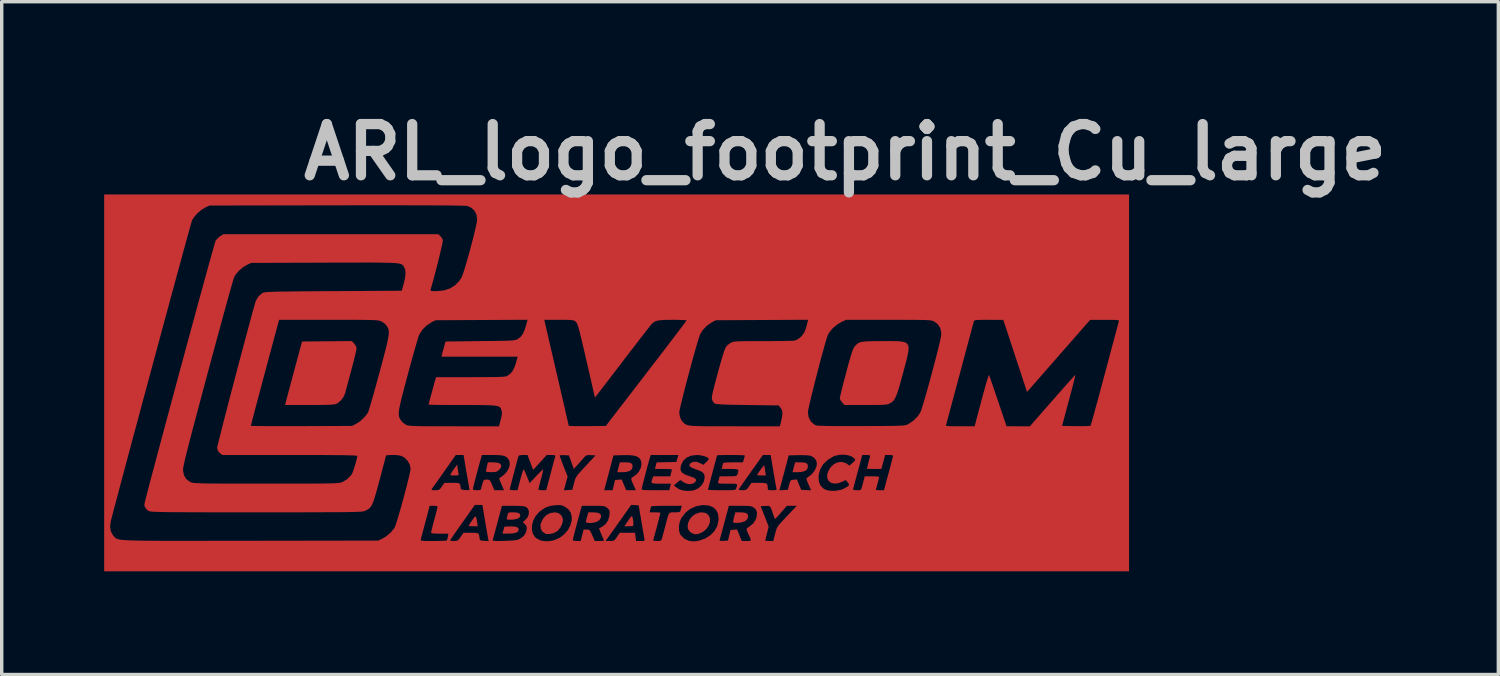
<source format=kicad_pcb>
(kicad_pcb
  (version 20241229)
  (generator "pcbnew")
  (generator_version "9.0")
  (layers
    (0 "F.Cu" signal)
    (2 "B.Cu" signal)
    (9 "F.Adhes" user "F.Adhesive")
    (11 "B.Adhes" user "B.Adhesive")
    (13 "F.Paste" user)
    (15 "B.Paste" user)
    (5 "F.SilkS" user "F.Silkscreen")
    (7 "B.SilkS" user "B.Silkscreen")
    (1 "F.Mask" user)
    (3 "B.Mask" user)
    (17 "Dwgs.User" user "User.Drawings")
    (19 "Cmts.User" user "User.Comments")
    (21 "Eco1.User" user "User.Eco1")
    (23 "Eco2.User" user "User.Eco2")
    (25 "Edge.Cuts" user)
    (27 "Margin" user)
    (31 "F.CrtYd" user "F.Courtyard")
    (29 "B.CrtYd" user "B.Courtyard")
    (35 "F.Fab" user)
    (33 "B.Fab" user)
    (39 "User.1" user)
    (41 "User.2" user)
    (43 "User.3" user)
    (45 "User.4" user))
  (footprint "ARL_logo_footprint_Cu_large"
    (layer "F.Cu")
    (at 14.991 8.16)
    (property "Reference" "ARL_logo_footprint_Cu_large" (at 6.706 -6.756 0) (layer "Dwgs.User") (effects (font (size 1.5 1.5) (thickness 0.3))))
    (attr board_only exclude_from_pos_files exclude_from_bom)
    (fp_poly (pts (xy -2.986 4.204) (xy -2.903 4.224) (xy -2.861 4.262) (xy -2.854 4.293) (xy -2.874 4.349) (xy -2.933 4.387) (xy -3.034 4.408) (xy -3.146 4.413) (xy -3.331 4.413) (xy -3.301 4.311) (xy -3.272 4.209) (xy -3.112 4.202)) (stroke (width 0) (type solid)) (fill yes) (layer "F.Cu"))
    (fp_poly (pts (xy 0.369 2.331) (xy 0.435 2.349) (xy 0.469 2.385) (xy 0.48 2.442) (xy 0.48 2.45) (xy 0.459 2.526) (xy 0.396 2.579) (xy 0.293 2.608) (xy 0.193 2.614) (xy 0.032 2.614) (xy 0.069 2.47) (xy 0.107 2.327) (xy 0.265 2.327)) (stroke (width 0) (type solid)) (fill yes) (layer "F.Cu"))
    (fp_poly (pts (xy 5.502 2.331) (xy 5.567 2.349) (xy 5.602 2.384) (xy 5.612 2.442) (xy 5.612 2.45) (xy 5.592 2.526) (xy 5.529 2.579) (xy 5.425 2.608) (xy 5.324 2.614) (xy 5.162 2.614) (xy 5.2 2.47) (xy 5.239 2.327) (xy 5.397 2.327)) (stroke (width 0) (type solid)) (fill yes) (layer "F.Cu"))
    (fp_poly (pts (xy -4.11 3.913) (xy -4.094 3.954) (xy -4.078 4.038) (xy -4.069 4.095) (xy -4.053 4.197) (xy -4.185 4.197) (xy -4.257 4.195) (xy -4.305 4.19) (xy -4.317 4.184) (xy -4.305 4.159) (xy -4.272 4.106) (xy -4.225 4.034) (xy -4.217 4.023) (xy -4.166 3.95) (xy -4.133 3.912)) (stroke (width 0) (type solid)) (fill yes) (layer "F.Cu"))
    (fp_poly (pts (xy 0.469 3.912) (xy 0.484 3.96) (xy 0.497 4.03) (xy 0.503 4.111) (xy 0.503 4.131) (xy 0.501 4.169) (xy 0.485 4.189) (xy 0.444 4.196) (xy 0.371 4.197) (xy 0.238 4.197) (xy 0.335 4.055) (xy 0.385 3.983) (xy 0.427 3.927) (xy 0.452 3.9) (xy 0.453 3.9)) (stroke (width 0) (type solid)) (fill yes) (layer "F.Cu"))
    (fp_poly (pts (xy 4.341 2.448) (xy 4.352 2.512) (xy 4.361 2.572) (xy 4.382 2.71) (xy 4.254 2.71) (xy 4.183 2.708) (xy 4.136 2.702) (xy 4.125 2.697) (xy 4.138 2.67) (xy 4.17 2.621) (xy 4.213 2.56) (xy 4.259 2.498) (xy 4.3 2.447) (xy 4.327 2.418) (xy 4.334 2.415)) (stroke (width 0) (type solid)) (fill yes) (layer "F.Cu"))
    (fp_poly (pts (xy -4.641 2.509) (xy -4.629 2.587) (xy -4.618 2.65) (xy -4.613 2.668) (xy -4.613 2.692) (xy -4.635 2.705) (xy -4.69 2.71) (xy -4.736 2.71) (xy -4.812 2.709) (xy -4.848 2.702) (xy -4.855 2.686) (xy -4.848 2.668) (xy -4.821 2.626) (xy -4.778 2.562) (xy -4.741 2.509) (xy -4.657 2.392)) (stroke (width 0) (type solid)) (fill yes) (layer "F.Cu"))
    (fp_poly (pts (xy 3.741 3.796) (xy 3.814 3.817) (xy 3.852 3.855) (xy 3.862 3.906) (xy 3.84 3.988) (xy 3.777 4.047) (xy 3.672 4.084) (xy 3.593 4.095) (xy 3.512 4.098) (xy 3.452 4.097) (xy 3.427 4.091) (xy 3.424 4.061) (xy 3.434 4) (xy 3.45 3.932) (xy 3.488 3.79) (xy 3.628 3.79)) (stroke (width 0) (type solid)) (fill yes) (layer "F.Cu"))
    (fp_poly (pts (xy -0.553 3.8) (xy -0.476 3.831) (xy -0.442 3.883) (xy -0.448 3.947) (xy -0.492 4.015) (xy -0.553 4.059) (xy -0.619 4.083) (xy -0.698 4.097) (xy -0.777 4.102) (xy -0.843 4.097) (xy -0.882 4.081) (xy -0.887 4.07) (xy -0.881 4.03) (xy -0.864 3.963) (xy -0.851 3.914) (xy -0.814 3.79) (xy -0.673 3.79)) (stroke (width 0) (type solid)) (fill yes) (layer "F.Cu"))
    (fp_poly (pts (xy -3.477 2.337) (xy -3.399 2.366) (xy -3.364 2.411) (xy -3.373 2.471) (xy -3.427 2.543) (xy -3.445 2.56) (xy -3.489 2.592) (xy -3.543 2.608) (xy -3.624 2.614) (xy -3.659 2.614) (xy -3.738 2.611) (xy -3.794 2.603) (xy -3.814 2.592) (xy -3.809 2.558) (xy -3.796 2.494) (xy -3.785 2.448) (xy -3.757 2.327) (xy -3.595 2.327)) (stroke (width 0) (type solid)) (fill yes) (layer "F.Cu"))
    (fp_poly (pts (xy -2.903 3.797) (xy -2.837 3.821) (xy -2.809 3.863) (xy -2.81 3.902) (xy -2.844 3.952) (xy -2.918 3.986) (xy -3.028 4.004) (xy -3.078 4.005) (xy -3.156 4.004) (xy -3.196 3.996) (xy -3.208 3.98) (xy -3.205 3.964) (xy -3.19 3.908) (xy -3.177 3.856) (xy -3.165 3.82) (xy -3.144 3.8) (xy -3.102 3.791) (xy -3.025 3.79) (xy -3.01 3.79)) (stroke (width 0) (type solid)) (fill yes) (layer "F.Cu"))
    (fp_poly (pts (xy -1.697 3.81) (xy -1.617 3.867) (xy -1.569 3.951) (xy -1.559 4.02) (xy -1.579 4.121) (xy -1.63 4.227) (xy -1.703 4.318) (xy -1.758 4.362) (xy -1.846 4.402) (xy -1.945 4.424) (xy -2.034 4.426) (xy -2.075 4.416) (xy -2.16 4.355) (xy -2.209 4.269) (xy -2.218 4.165) (xy -2.205 4.107) (xy -2.14 3.973) (xy -2.046 3.872) (xy -1.928 3.81) (xy -1.798 3.79)) (stroke (width 0) (type solid)) (fill yes) (layer "F.Cu"))
    (fp_poly (pts (xy 2.613 3.807) (xy 2.687 3.855) (xy 2.732 3.926) (xy 2.749 4.012) (xy 2.736 4.106) (xy 2.696 4.202) (xy 2.628 4.291) (xy 2.532 4.366) (xy 2.482 4.392) (xy 2.389 4.427) (xy 2.313 4.432) (xy 2.235 4.408) (xy 2.215 4.399) (xy 2.138 4.339) (xy 2.098 4.261) (xy 2.091 4.171) (xy 2.113 4.076) (xy 2.161 3.984) (xy 2.232 3.902) (xy 2.322 3.838) (xy 2.427 3.799) (xy 2.509 3.79)) (stroke (width 0) (type solid)) (fill yes) (layer "F.Cu"))
    (fp_poly (pts (xy -7.674 -1.153) (xy -7.615 -1.071) (xy -7.603 -1.01) (xy -7.609 -0.967) (xy -7.626 -0.885) (xy -7.653 -0.772) (xy -7.687 -0.634) (xy -7.727 -0.48) (xy -7.757 -0.367) (xy -7.801 -0.203) (xy -7.843 -0.048) (xy -7.879 0.088) (xy -7.909 0.199) (xy -7.93 0.277) (xy -7.938 0.306) (xy -7.984 0.413) (xy -8.06 0.513) (xy -8.149 0.59) (xy -8.196 0.615) (xy -8.232 0.625) (xy -8.289 0.633) (xy -8.373 0.639) (xy -8.488 0.643) (xy -8.639 0.646) (xy -8.83 0.647) (xy -8.983 0.648) (xy -9.694 0.648) (xy -9.678 0.582) (xy -9.669 0.544) (xy -9.648 0.466) (xy -9.618 0.352) (xy -9.58 0.209) (xy -9.535 0.042) (xy -9.486 -0.143) (xy -9.432 -0.341) (xy -9.431 -0.348) (xy -9.198 -1.211) (xy -8.471 -1.218) (xy -7.744 -1.224)) (stroke (width 0) (type solid)) (fill yes) (layer "F.Cu"))
    (fp_poly (pts (xy 8.193 -1.222) (xy 8.329 -1.215) (xy 8.431 -1.196) (xy 8.502 -1.163) (xy 8.544 -1.111) (xy 8.561 -1.035) (xy 8.555 -0.931) (xy 8.529 -0.795) (xy 8.487 -0.623) (xy 8.43 -0.409) (xy 8.405 -0.314) (xy 8.345 -0.094) (xy 8.295 0.086) (xy 8.252 0.228) (xy 8.214 0.339) (xy 8.178 0.424) (xy 8.143 0.486) (xy 8.107 0.532) (xy 8.066 0.567) (xy 8.02 0.595) (xy 8.012 0.599) (xy 7.98 0.614) (xy 7.944 0.626) (xy 7.9 0.634) (xy 7.839 0.64) (xy 7.756 0.644) (xy 7.645 0.646) (xy 7.499 0.647) (xy 7.311 0.648) (xy 7.303 0.648) (xy 6.688 0.648) (xy 6.618 0.577) (xy 6.573 0.519) (xy 6.549 0.463) (xy 6.547 0.452) (xy 6.553 0.415) (xy 6.57 0.338) (xy 6.597 0.228) (xy 6.631 0.09) (xy 6.672 -0.069) (xy 6.718 -0.243) (xy 6.733 -0.299) (xy 6.787 -0.502) (xy 6.832 -0.665) (xy 6.869 -0.791) (xy 6.899 -0.888) (xy 6.925 -0.959) (xy 6.947 -1.011) (xy 6.969 -1.049) (xy 6.99 -1.076) (xy 7.03 -1.119) (xy 7.07 -1.153) (xy 7.116 -1.178) (xy 7.174 -1.197) (xy 7.251 -1.209) (xy 7.352 -1.217) (xy 7.484 -1.221) (xy 7.653 -1.223) (xy 7.808 -1.223) (xy 8.02 -1.224)) (stroke (width 0) (type solid)) (fill yes) (layer "F.Cu"))
    (pad "1" smd custom (at 0 -3.454) (size 1.524 1.524) (layers "F.Cu" "F.Mask" "F.Paste") (options (anchor circle)) (primitives (gr_poly (pts (xy 15.015 3.454) (xy 15.015 8.971) (xy 0.012 8.971) (xy -14.991 8.971) (xy -14.991 7.664) (xy -14.818 7.664) (xy -14.796 7.799) (xy -14.735 7.912) (xy -14.719 7.931) (xy -14.702 7.951) (xy -14.687 7.968) (xy -14.672 7.985) (xy -14.655 7.999) (xy -14.633 8.012) (xy -14.605 8.024) (xy -14.568 8.034) (xy -14.52 8.043) (xy -14.458 8.051) (xy -14.38 8.057) (xy -14.285 8.063) (xy -14.169 8.067) (xy -14.032 8.071) (xy -13.869 8.074) (xy -13.68 8.076) (xy -13.461 8.078) (xy -13.211 8.079) (xy -12.928 8.079) (xy -12.609 8.079) (xy -12.251 8.079) (xy -11.854 8.078) (xy -11.413 8.078) (xy -10.929 8.077) (xy -10.709 8.077) (xy -6.968 8.071) (xy -6.937 8.057) (xy -5.725 8.057) (xy -5.713 8.068) (xy -5.683 8.076) (xy -5.627 8.08) (xy -5.539 8.083) (xy -5.412 8.083) (xy -5.352 8.083) (xy -5.221 8.082) (xy -5.108 8.079) (xy -5.021 8.075) (xy -4.968 8.069) (xy -4.956 8.065) (xy -4.956 8.063) (xy -4.865 8.063) (xy -4.848 8.075) (xy -4.797 8.082) (xy -4.755 8.083) (xy -4.688 8.081) (xy -4.644 8.068) (xy -4.607 8.036) (xy -4.561 7.973) (xy -4.555 7.964) (xy -4.473 7.844) (xy -4.252 7.844) (xy -4.145 7.844) (xy -4.076 7.849) (xy -4.037 7.866) (xy -4.016 7.901) (xy -4.006 7.959) (xy -4 8.012) (xy -3.992 8.047) (xy -3.968 8.066) (xy -3.917 8.075) (xy -3.864 8.079) (xy -3.735 8.086) (xy -3.741 8.056) (xy -3.617 8.056) (xy -3.614 8.069) (xy -3.591 8.077) (xy -3.54 8.082) (xy -3.457 8.083) (xy -3.335 8.081) (xy -3.272 8.079) (xy -3.127 8.074) (xy -3.021 8.068) (xy -2.944 8.059) (xy -2.886 8.047) (xy -2.839 8.029) (xy -2.816 8.018) (xy -2.71 7.94) (xy -2.644 7.839) (xy -2.621 7.746) (xy -2.621 7.744) (xy -2.469 7.744) (xy -2.442 7.864) (xy -2.38 7.964) (xy -2.329 8.009) (xy -2.202 8.071) (xy -2.051 8.094) (xy -1.882 8.076) (xy -1.81 8.057) (xy -1.271 8.057) (xy -1.249 8.073) (xy -1.19 8.082) (xy -1.156 8.083) (xy -1.041 8.083) (xy -0.997 7.916) (xy -0.954 7.748) (xy -0.864 7.748) (xy -0.818 7.75) (xy -0.786 7.762) (xy -0.759 7.793) (xy -0.728 7.853) (xy -0.701 7.916) (xy -0.626 8.083) (xy -0.493 8.083) (xy -0.31 8.083) (xy -0.185 8.083) (xy -0.114 8.082) (xy -0.069 8.07) (xy -0.032 8.038) (xy 0.012 7.978) (xy 0.022 7.964) (xy 0.103 7.844) (xy 0.327 7.844) (xy 0.55 7.844) (xy 0.566 7.964) (xy 0.582 8.083) (xy 0.71 8.083) (xy 0.784 8.082) (xy 0.821 8.075) (xy 0.831 8.055) (xy 0.826 8.018) (xy 0.818 7.974) (xy 0.804 7.891) (xy 0.784 7.779) (xy 0.761 7.645) (xy 0.736 7.499) (xy 0.736 7.496) (xy 0.692 7.244) (xy 0.98 7.244) (xy 1.137 7.244) (xy 1.217 7.246) (xy 1.274 7.251) (xy 1.295 7.258) (xy 1.289 7.284) (xy 1.274 7.347) (xy 1.25 7.437) (xy 1.222 7.546) (xy 1.191 7.663) (xy 1.16 7.781) (xy 1.131 7.888) (xy 1.107 7.976) (xy 1.09 8.036) (xy 1.088 8.042) (xy 1.088 8.067) (xy 1.111 8.079) (xy 1.169 8.083) (xy 1.196 8.083) (xy 1.268 8.081) (xy 1.307 8.069) (xy 1.328 8.039) (xy 1.34 8.006) (xy 1.355 7.952) (xy 1.379 7.864) (xy 1.409 7.754) (xy 1.431 7.667) (xy 1.836 7.667) (xy 1.84 7.782) (xy 1.867 7.876) (xy 1.884 7.906) (xy 1.99 8.012) (xy 2.117 8.075) (xy 2.264 8.097) (xy 2.426 8.075) (xy 2.482 8.055) (xy 3.028 8.055) (xy 3.032 8.073) (xy 3.069 8.08) (xy 3.144 8.079) (xy 3.272 8.071) (xy 3.31 7.916) (xy 3.348 7.76) (xy 3.443 7.753) (xy 3.538 7.746) (xy 3.607 7.915) (xy 3.675 8.083) (xy 3.816 8.083) (xy 3.884 8.084) (xy 3.925 8.078) (xy 3.94 8.059) (xy 3.932 8.019) (xy 3.902 7.949) (xy 3.864 7.868) (xy 3.835 7.8) (xy 3.818 7.75) (xy 3.815 7.736) (xy 3.834 7.71) (xy 3.881 7.672) (xy 3.912 7.652) (xy 4.022 7.559) (xy 4.092 7.439) (xy 4.114 7.358) (xy 4.121 7.247) (xy 4.092 7.163) (xy 4.025 7.101) (xy 4.023 7.099) (xy 3.985 7.08) (xy 3.94 7.067) (xy 3.922 7.064) (xy 4.229 7.064) (xy 4.347 7.364) (xy 4.464 7.663) (xy 4.415 7.86) (xy 4.392 7.952) (xy 4.375 8.024) (xy 4.366 8.065) (xy 4.365 8.071) (xy 4.387 8.078) (xy 4.442 8.083) (xy 4.482 8.083) (xy 4.598 8.083) (xy 4.653 7.874) (xy 4.669 7.811) (xy 4.684 7.761) (xy 4.7 7.716) (xy 4.722 7.673) (xy 4.755 7.626) (xy 4.801 7.569) (xy 4.866 7.497) (xy 4.952 7.405) (xy 5.064 7.287) (xy 5.167 7.178) (xy 5.287 7.052) (xy 5.142 7.052) (xy 4.998 7.052) (xy 4.831 7.244) (xy 4.762 7.323) (xy 4.704 7.386) (xy 4.665 7.426) (xy 4.652 7.436) (xy 4.638 7.415) (xy 4.616 7.36) (xy 4.588 7.282) (xy 4.586 7.274) (xy 4.551 7.171) (xy 4.524 7.106) (xy 4.494 7.07) (xy 4.455 7.056) (xy 4.398 7.055) (xy 4.361 7.057) (xy 4.229 7.064) (xy 3.922 7.064) (xy 3.878 7.058) (xy 3.791 7.054) (xy 3.668 7.052) (xy 3.622 7.052) (xy 3.298 7.052) (xy 3.169 7.538) (xy 3.129 7.685) (xy 3.094 7.817) (xy 3.064 7.927) (xy 3.042 8.007) (xy 3.029 8.05) (xy 3.028 8.055) (xy 2.482 8.055) (xy 2.602 8.011) (xy 2.608 8.009) (xy 2.762 7.911) (xy 2.881 7.787) (xy 2.96 7.64) (xy 2.996 7.475) (xy 2.998 7.422) (xy 2.979 7.281) (xy 2.923 7.171) (xy 2.831 7.091) (xy 2.706 7.044) (xy 2.55 7.031) (xy 2.523 7.032) (xy 2.338 7.066) (xy 2.17 7.142) (xy 2.026 7.255) (xy 1.913 7.403) (xy 1.892 7.441) (xy 1.853 7.548) (xy 1.836 7.667) (xy 1.431 7.667) (xy 1.439 7.64) (xy 1.476 7.496) (xy 1.504 7.392) (xy 1.528 7.321) (xy 1.553 7.277) (xy 1.582 7.254) (xy 1.621 7.245) (xy 1.673 7.244) (xy 1.713 7.244) (xy 1.8 7.242) (xy 1.85 7.233) (xy 1.874 7.215) (xy 1.879 7.202) (xy 1.896 7.144) (xy 1.907 7.106) (xy 1.922 7.052) (xy 1.478 7.052) (xy 1.337 7.053) (xy 1.214 7.056) (xy 1.115 7.06) (xy 1.049 7.065) (xy 1.024 7.07) (xy 1.012 7.104) (xy 0.997 7.162) (xy 0.996 7.166) (xy 0.98 7.244) (xy 0.692 7.244) (xy 0.658 7.04) (xy 0.548 7.033) (xy 0.439 7.026) (xy 0.065 7.555) (xy -0.31 8.083) (xy -0.493 8.083) (xy -0.42 8.081) (xy -0.372 8.075) (xy -0.36 8.07) (xy -0.369 8.042) (xy -0.393 7.983) (xy -0.426 7.904) (xy -0.434 7.887) (xy -0.468 7.807) (xy -0.491 7.745) (xy -0.5 7.714) (xy -0.5 7.713) (xy -0.475 7.698) (xy -0.425 7.672) (xy -0.415 7.667) (xy -0.308 7.587) (xy -0.235 7.475) (xy -0.198 7.338) (xy -0.197 7.318) (xy -0.193 7.238) (xy -0.2 7.189) (xy -0.224 7.152) (xy -0.263 7.116) (xy -0.295 7.091) (xy -0.326 7.073) (xy -0.366 7.062) (xy -0.423 7.056) (xy -0.507 7.053) (xy -0.627 7.052) (xy -0.673 7.052) (xy -1.006 7.052) (xy -1.042 7.178) (xy -1.075 7.299) (xy -1.112 7.434) (xy -1.149 7.573) (xy -1.185 7.708) (xy -1.217 7.832) (xy -1.244 7.937) (xy -1.262 8.013) (xy -1.271 8.054) (xy -1.271 8.057) (xy -1.81 8.057) (xy -1.799 8.054) (xy -1.651 7.987) (xy -1.522 7.888) (xy -1.416 7.765) (xy -1.341 7.626) (xy -1.303 7.481) (xy -1.302 7.371) (xy -1.333 7.251) (xy -1.402 7.155) (xy -1.501 7.081) (xy -1.559 7.052) (xy -1.616 7.036) (xy -1.69 7.032) (xy -1.775 7.035) (xy -1.934 7.056) (xy -2.069 7.104) (xy -2.197 7.186) (xy -2.259 7.239) (xy -2.359 7.352) (xy -2.427 7.479) (xy -2.464 7.613) (xy -2.469 7.744) (xy -2.621 7.744) (xy -2.619 7.676) (xy -2.643 7.624) (xy -2.672 7.592) (xy -2.735 7.529) (xy -2.664 7.47) (xy -2.596 7.39) (xy -2.56 7.3) (xy -2.556 7.212) (xy -2.586 7.135) (xy -2.649 7.081) (xy -2.653 7.079) (xy -2.702 7.068) (xy -2.789 7.059) (xy -2.906 7.054) (xy -3.029 7.052) (xy -3.346 7.052) (xy -3.475 7.538) (xy -3.515 7.685) (xy -3.55 7.817) (xy -3.58 7.927) (xy -3.603 8.008) (xy -3.615 8.052) (xy -3.617 8.056) (xy -3.741 8.056) (xy -3.748 8.019) (xy -3.756 7.975) (xy -3.771 7.892) (xy -3.791 7.779) (xy -3.814 7.645) (xy -3.839 7.497) (xy -3.84 7.49) (xy -3.918 7.028) (xy -4.029 7.028) (xy -4.139 7.028) (xy -4.498 7.536) (xy -4.595 7.673) (xy -4.683 7.798) (xy -4.757 7.905) (xy -4.815 7.989) (xy -4.852 8.044) (xy -4.865 8.063) (xy -4.956 8.063) (xy -4.945 8.032) (xy -4.931 7.972) (xy -4.928 7.957) (xy -4.912 7.868) (xy -5.166 7.868) (xy -5.288 7.866) (xy -5.367 7.861) (xy -5.409 7.851) (xy -5.42 7.838) (xy -5.414 7.805) (xy -5.398 7.735) (xy -5.373 7.636) (xy -5.342 7.518) (xy -5.324 7.453) (xy -5.291 7.328) (xy -5.263 7.22) (xy -5.242 7.136) (xy -5.23 7.085) (xy -5.229 7.075) (xy -5.25 7.062) (xy -5.305 7.054) (xy -5.345 7.052) (xy -5.461 7.052) (xy -5.586 7.526) (xy -5.625 7.672) (xy -5.66 7.804) (xy -5.689 7.914) (xy -5.711 7.994) (xy -5.722 8.038) (xy -5.723 8.042) (xy -5.725 8.057) (xy -6.937 8.057) (xy -6.857 8.02) (xy -6.724 7.941) (xy -6.6 7.833) (xy -6.503 7.714) (xy -6.488 7.69) (xy -6.468 7.642) (xy -6.438 7.555) (xy -6.401 7.435) (xy -6.357 7.29) (xy -6.31 7.126) (xy -6.261 6.951) (xy -6.212 6.77) (xy -6.165 6.592) (xy -6.163 6.584) (xy -5.406 6.584) (xy -5.375 6.594) (xy -5.303 6.596) (xy -5.303 6.596) (xy -5.23 6.594) (xy -5.184 6.58) (xy -5.145 6.545) (xy -5.104 6.488) (xy -5.028 6.381) (xy -4.805 6.381) (xy -4.699 6.381) (xy -4.631 6.385) (xy -4.592 6.4) (xy -4.571 6.431) (xy -4.559 6.485) (xy -4.552 6.536) (xy -4.54 6.565) (xy -4.506 6.582) (xy -4.44 6.59) (xy -4.416 6.592) (xy -4.342 6.595) (xy -4.306 6.59) (xy -4.296 6.572) (xy -4.296 6.568) (xy -4.197 6.568) (xy -4.175 6.587) (xy -4.109 6.596) (xy -4.077 6.596) (xy -4.004 6.592) (xy -3.963 6.579) (xy -3.958 6.57) (xy -3.951 6.534) (xy -3.935 6.468) (xy -3.92 6.414) (xy -3.897 6.341) (xy -3.876 6.302) (xy -3.845 6.287) (xy -3.793 6.285) (xy -3.791 6.285) (xy -3.742 6.287) (xy -3.709 6.299) (xy -3.683 6.332) (xy -3.653 6.394) (xy -3.633 6.441) (xy -3.567 6.596) (xy -3.426 6.596) (xy -3.285 6.596) (xy -3.295 6.574) (xy -3.118 6.574) (xy -3.097 6.587) (xy -3.042 6.595) (xy -3.004 6.596) (xy -2.89 6.596) (xy -2.808 6.286) (xy -2.776 6.173) (xy -2.748 6.08) (xy -2.725 6.015) (xy -2.711 5.986) (xy -2.709 5.986) (xy -2.693 6.011) (xy -2.664 6.071) (xy -2.629 6.153) (xy -2.613 6.193) (xy -2.534 6.389) (xy -2.335 6.175) (xy -2.259 6.096) (xy -2.197 6.035) (xy -2.153 5.997) (xy -2.136 5.989) (xy -2.135 5.99) (xy -2.141 6.024) (xy -2.157 6.094) (xy -2.181 6.189) (xy -2.207 6.285) (xy -2.235 6.392) (xy -2.258 6.483) (xy -2.274 6.547) (xy -2.279 6.573) (xy -2.257 6.587) (xy -2.202 6.595) (xy -2.164 6.596) (xy -2.049 6.596) (xy -1.921 6.111) (xy -1.882 5.964) (xy -1.846 5.832) (xy -1.817 5.722) (xy -1.795 5.642) (xy -1.782 5.599) (xy -1.781 5.595) (xy -1.786 5.584) (xy -1.655 5.584) (xy -1.647 5.613) (xy -1.624 5.677) (xy -1.59 5.769) (xy -1.548 5.878) (xy -1.539 5.901) (xy -1.422 6.198) (xy -1.477 6.398) (xy -1.532 6.599) (xy -1.491 6.596) (xy -0.352 6.596) (xy -0.228 6.596) (xy -0.104 6.596) (xy -0.07 6.447) (xy -0.035 6.297) (xy 0.062 6.289) (xy 0.16 6.282) (xy 0.226 6.439) (xy 0.293 6.596) (xy 0.434 6.596) (xy 0.575 6.596) (xy 0.562 6.568) (xy 0.744 6.568) (xy 0.758 6.579) (xy 0.806 6.588) (xy 0.89 6.593) (xy 1.015 6.596) (xy 1.148 6.596) (xy 1.553 6.596) (xy 1.578 6.5) (xy 1.59 6.451) (xy 1.691 6.451) (xy 1.741 6.501) (xy 1.832 6.563) (xy 1.953 6.603) (xy 2.091 6.618) (xy 2.231 6.607) (xy 2.269 6.599) (xy 4.778 6.599) (xy 4.901 6.592) (xy 5.025 6.584) (xy 5.063 6.441) (xy 5.085 6.362) (xy 5.105 6.318) (xy 5.132 6.298) (xy 5.178 6.291) (xy 5.196 6.289) (xy 5.291 6.282) (xy 5.353 6.433) (xy 5.415 6.584) (xy 5.561 6.592) (xy 5.707 6.599) (xy 5.63 6.426) (xy 5.593 6.339) (xy 5.574 6.285) (xy 5.571 6.255) (xy 5.584 6.236) (xy 5.598 6.227) (xy 5.603 6.223) (xy 5.924 6.223) (xy 5.939 6.361) (xy 5.985 6.466) (xy 6.067 6.546) (xy 6.109 6.572) (xy 6.205 6.604) (xy 6.327 6.616) (xy 6.458 6.609) (xy 6.582 6.584) (xy 6.593 6.579) (xy 6.937 6.579) (xy 6.961 6.592) (xy 7.019 6.596) (xy 7.048 6.596) (xy 7.12 6.595) (xy 7.159 6.584) (xy 7.179 6.554) (xy 7.193 6.506) (xy 7.215 6.425) (xy 7.24 6.331) (xy 7.247 6.303) (xy 7.277 6.189) (xy 7.488 6.189) (xy 7.582 6.191) (xy 7.654 6.196) (xy 7.695 6.203) (xy 7.699 6.207) (xy 7.693 6.238) (xy 7.677 6.302) (xy 7.655 6.386) (xy 7.651 6.399) (xy 7.628 6.484) (xy 7.611 6.549) (xy 7.603 6.583) (xy 7.603 6.584) (xy 7.625 6.591) (xy 7.68 6.596) (xy 7.722 6.596) (xy 7.841 6.596) (xy 7.868 6.494) (xy 7.883 6.437) (xy 7.908 6.343) (xy 7.94 6.224) (xy 7.976 6.09) (xy 8.001 5.998) (xy 8.036 5.867) (xy 8.066 5.752) (xy 8.089 5.661) (xy 8.103 5.602) (xy 8.107 5.584) (xy 8.085 5.573) (xy 8.03 5.566) (xy 7.99 5.565) (xy 7.874 5.565) (xy 7.819 5.769) (xy 7.764 5.973) (xy 7.552 5.973) (xy 7.458 5.972) (xy 7.385 5.971) (xy 7.345 5.968) (xy 7.34 5.967) (xy 7.346 5.942) (xy 7.361 5.883) (xy 7.382 5.801) (xy 7.387 5.781) (xy 7.41 5.693) (xy 7.427 5.624) (xy 7.435 5.586) (xy 7.435 5.583) (xy 7.414 5.573) (xy 7.359 5.566) (xy 7.319 5.565) (xy 7.203 5.565) (xy 7.076 6.039) (xy 7.037 6.185) (xy 7.001 6.316) (xy 6.972 6.426) (xy 6.95 6.507) (xy 6.938 6.551) (xy 6.937 6.554) (xy 6.937 6.579) (xy 6.593 6.579) (xy 6.656 6.554) (xy 6.745 6.506) (xy 6.797 6.471) (xy 6.816 6.441) (xy 6.808 6.409) (xy 6.778 6.369) (xy 6.721 6.297) (xy 6.614 6.351) (xy 6.489 6.395) (xy 6.377 6.402) (xy 6.285 6.376) (xy 6.217 6.32) (xy 6.179 6.24) (xy 6.176 6.139) (xy 6.207 6.041) (xy 6.282 5.919) (xy 6.377 5.831) (xy 6.486 5.78) (xy 6.6 5.768) (xy 6.714 5.799) (xy 6.765 5.83) (xy 6.829 5.876) (xy 6.922 5.795) (xy 6.975 5.746) (xy 6.996 5.714) (xy 6.991 5.688) (xy 6.981 5.675) (xy 6.902 5.613) (xy 6.792 5.573) (xy 6.663 5.555) (xy 6.527 5.561) (xy 6.398 5.592) (xy 6.353 5.611) (xy 6.189 5.711) (xy 6.062 5.835) (xy 5.975 5.979) (xy 5.93 6.14) (xy 5.924 6.223) (xy 5.603 6.223) (xy 5.72 6.135) (xy 5.81 6.023) (xy 5.864 5.901) (xy 5.876 5.814) (xy 5.854 5.723) (xy 5.794 5.645) (xy 5.704 5.593) (xy 5.689 5.588) (xy 5.629 5.578) (xy 5.535 5.572) (xy 5.421 5.569) (xy 5.326 5.57) (xy 5.051 5.577) (xy 4.987 5.817) (xy 4.952 5.947) (xy 4.912 6.1) (xy 4.871 6.252) (xy 4.851 6.328) (xy 4.778 6.599) (xy 2.269 6.599) (xy 2.284 6.595) (xy 2.312 6.583) (xy 2.686 6.583) (xy 2.709 6.587) (xy 2.772 6.591) (xy 2.867 6.594) (xy 2.987 6.596) (xy 3.092 6.596) (xy 3.241 6.596) (xy 3.348 6.595) (xy 3.421 6.592) (xy 3.467 6.586) (xy 3.494 6.577) (xy 3.503 6.566) (xy 3.589 6.566) (xy 3.59 6.585) (xy 3.628 6.594) (xy 3.691 6.596) (xy 3.762 6.594) (xy 3.808 6.58) (xy 3.846 6.543) (xy 3.886 6.488) (xy 3.96 6.381) (xy 4.184 6.381) (xy 4.296 6.382) (xy 4.369 6.39) (xy 4.411 6.411) (xy 4.43 6.449) (xy 4.436 6.51) (xy 4.437 6.542) (xy 4.441 6.573) (xy 4.462 6.589) (xy 4.511 6.596) (xy 4.571 6.596) (xy 4.647 6.594) (xy 4.685 6.586) (xy 4.695 6.569) (xy 4.693 6.554) (xy 4.685 6.519) (xy 4.671 6.443) (xy 4.652 6.337) (xy 4.63 6.207) (xy 4.605 6.061) (xy 4.602 6.039) (xy 4.522 5.565) (xy 4.409 5.565) (xy 4.295 5.565) (xy 3.951 6.051) (xy 3.855 6.186) (xy 3.768 6.309) (xy 3.694 6.415) (xy 3.637 6.497) (xy 3.6 6.549) (xy 3.589 6.566) (xy 3.503 6.566) (xy 3.507 6.563) (xy 3.514 6.543) (xy 3.514 6.542) (xy 3.531 6.484) (xy 3.539 6.445) (xy 3.53 6.421) (xy 3.497 6.409) (xy 3.433 6.405) (xy 3.333 6.404) (xy 3.262 6.405) (xy 3.14 6.404) (xy 3.058 6.402) (xy 3.009 6.396) (xy 2.986 6.387) (xy 2.981 6.372) (xy 2.983 6.363) (xy 2.998 6.307) (xy 3.012 6.255) (xy 3.027 6.189) (xy 3.277 6.189) (xy 3.389 6.188) (xy 3.462 6.185) (xy 3.506 6.178) (xy 3.53 6.165) (xy 3.544 6.142) (xy 3.55 6.127) (xy 3.573 6.061) (xy 3.577 6.017) (xy 3.556 5.991) (xy 3.504 5.978) (xy 3.414 5.973) (xy 3.332 5.973) (xy 3.09 5.973) (xy 3.107 5.895) (xy 3.121 5.836) (xy 3.134 5.8) (xy 3.134 5.799) (xy 3.161 5.792) (xy 3.226 5.786) (xy 3.319 5.782) (xy 3.427 5.781) (xy 3.71 5.781) (xy 3.738 5.688) (xy 3.755 5.626) (xy 3.765 5.585) (xy 3.766 5.58) (xy 3.743 5.575) (xy 3.68 5.571) (xy 3.585 5.568) (xy 3.465 5.566) (xy 3.358 5.565) (xy 3.224 5.566) (xy 3.109 5.567) (xy 3.02 5.57) (xy 2.964 5.573) (xy 2.95 5.576) (xy 2.944 5.601) (xy 2.928 5.665) (xy 2.902 5.763) (xy 2.87 5.885) (xy 2.832 6.026) (xy 2.818 6.078) (xy 2.779 6.224) (xy 2.745 6.354) (xy 2.717 6.461) (xy 2.697 6.538) (xy 2.687 6.579) (xy 2.686 6.583) (xy 2.312 6.583) (xy 2.406 6.54) (xy 2.503 6.452) (xy 2.567 6.343) (xy 2.59 6.22) (xy 2.59 6.218) (xy 2.581 6.146) (xy 2.549 6.091) (xy 2.486 6.045) (xy 2.386 6.002) (xy 2.333 5.984) (xy 2.223 5.942) (xy 2.159 5.902) (xy 2.14 5.862) (xy 2.163 5.819) (xy 2.179 5.803) (xy 2.261 5.763) (xy 2.357 5.766) (xy 2.458 5.805) (xy 2.552 5.853) (xy 2.631 5.776) (xy 2.679 5.727) (xy 2.707 5.69) (xy 2.71 5.681) (xy 2.688 5.649) (xy 2.63 5.618) (xy 2.548 5.591) (xy 2.454 5.572) (xy 2.363 5.565) (xy 2.2 5.583) (xy 2.069 5.636) (xy 1.97 5.723) (xy 1.905 5.844) (xy 1.895 5.878) (xy 1.881 5.967) (xy 1.896 6.038) (xy 1.945 6.096) (xy 2.032 6.145) (xy 2.162 6.191) (xy 2.186 6.198) (xy 2.283 6.234) (xy 2.333 6.276) (xy 2.336 6.323) (xy 2.313 6.359) (xy 2.242 6.404) (xy 2.15 6.418) (xy 2.051 6.402) (xy 1.96 6.357) (xy 1.933 6.335) (xy 1.902 6.309) (xy 1.876 6.305) (xy 1.841 6.325) (xy 1.787 6.37) (xy 1.691 6.451) (xy 1.59 6.451) (xy 1.602 6.405) (xy 1.317 6.405) (xy 1.191 6.404) (xy 1.106 6.4) (xy 1.056 6.39) (xy 1.035 6.368) (xy 1.036 6.333) (xy 1.052 6.281) (xy 1.058 6.264) (xy 1.084 6.189) (xy 1.332 6.189) (xy 1.581 6.189) (xy 1.606 6.099) (xy 1.622 6.036) (xy 1.63 5.995) (xy 1.631 5.991) (xy 1.609 5.983) (xy 1.548 5.977) (xy 1.46 5.974) (xy 1.382 5.973) (xy 1.134 5.973) (xy 1.159 5.878) (xy 1.185 5.782) (xy 1.473 5.776) (xy 1.761 5.769) (xy 1.79 5.667) (xy 1.82 5.565) (xy 1.415 5.565) (xy 1.011 5.565) (xy 0.986 5.643) (xy 0.968 5.704) (xy 0.943 5.796) (xy 0.912 5.909) (xy 0.878 6.035) (xy 0.844 6.165) (xy 0.811 6.291) (xy 0.782 6.403) (xy 0.76 6.492) (xy 0.747 6.55) (xy 0.744 6.568) (xy 0.562 6.568) (xy 0.513 6.459) (xy 0.469 6.36) (xy 0.446 6.296) (xy 0.441 6.256) (xy 0.454 6.231) (xy 0.485 6.21) (xy 0.495 6.205) (xy 0.595 6.133) (xy 0.672 6.04) (xy 0.722 5.935) (xy 0.741 5.828) (xy 0.725 5.731) (xy 0.694 5.677) (xy 0.644 5.63) (xy 0.575 5.597) (xy 0.479 5.577) (xy 0.351 5.569) (xy 0.194 5.57) (xy -0.08 5.577) (xy -0.216 6.087) (xy -0.352 6.596) (xy -1.491 6.596) (xy -1.409 6.592) (xy -1.285 6.584) (xy -1.236 6.394) (xy -1.218 6.325) (xy -1.2 6.27) (xy -1.177 6.22) (xy -1.144 6.169) (xy -1.095 6.108) (xy -1.025 6.03) (xy -0.93 5.927) (xy -0.896 5.89) (xy -0.605 5.577) (xy -0.74 5.57) (xy -0.82 5.568) (xy -0.871 5.577) (xy -0.908 5.602) (xy -0.933 5.63) (xy -0.978 5.681) (xy -1.042 5.753) (xy -1.111 5.831) (xy -1.116 5.835) (xy -1.241 5.974) (xy -1.313 5.775) (xy -1.384 5.577) (xy -1.52 5.57) (xy -1.593 5.569) (xy -1.642 5.575) (xy -1.655 5.584) (xy -1.786 5.584) (xy -1.789 5.577) (xy -1.835 5.567) (xy -1.902 5.565) (xy -2.034 5.565) (xy -2.233 5.783) (xy -2.432 6.002) (xy -2.514 5.783) (xy -2.597 5.565) (xy -2.724 5.565) (xy -2.803 5.569) (xy -2.846 5.582) (xy -2.864 5.607) (xy -2.879 5.66) (xy -2.903 5.746) (xy -2.932 5.855) (xy -2.965 5.98) (xy -3 6.111) (xy -3.034 6.24) (xy -3.065 6.36) (xy -3.091 6.46) (xy -3.109 6.534) (xy -3.118 6.571) (xy -3.118 6.574) (xy -3.295 6.574) (xy -3.319 6.518) (xy -3.368 6.406) (xy -3.4 6.33) (xy -3.418 6.282) (xy -3.423 6.255) (xy -3.417 6.24) (xy -3.403 6.231) (xy -3.393 6.225) (xy -3.28 6.142) (xy -3.194 6.044) (xy -3.138 5.938) (xy -3.115 5.832) (xy -3.128 5.735) (xy -3.178 5.655) (xy -3.219 5.621) (xy -3.268 5.596) (xy -3.333 5.58) (xy -3.422 5.57) (xy -3.544 5.566) (xy -3.659 5.565) (xy -3.93 5.565) (xy -3.954 5.643) (xy -3.973 5.708) (xy -4 5.802) (xy -4.031 5.917) (xy -4.065 6.044) (xy -4.099 6.175) (xy -4.132 6.299) (xy -4.16 6.41) (xy -4.182 6.497) (xy -4.195 6.553) (xy -4.197 6.568) (xy -4.296 6.568) (xy -4.3 6.544) (xy -4.308 6.504) (xy -4.322 6.424) (xy -4.341 6.314) (xy -4.364 6.182) (xy -4.389 6.036) (xy -4.391 6.027) (xy -4.469 5.565) (xy -4.583 5.565) (xy -4.697 5.565) (xy -5.039 6.051) (xy -5.134 6.186) (xy -5.221 6.31) (xy -5.296 6.415) (xy -5.354 6.497) (xy -5.391 6.55) (xy -5.404 6.566) (xy -5.406 6.584) (xy -6.163 6.584) (xy -6.121 6.423) (xy -6.083 6.27) (xy -6.052 6.141) (xy -6.031 6.041) (xy -6.021 5.978) (xy -6.02 5.968) (xy -6.042 5.852) (xy -6.101 5.741) (xy -6.188 5.651) (xy -6.235 5.62) (xy -6.301 5.591) (xy -6.372 5.574) (xy -6.463 5.566) (xy -6.54 5.565) (xy -6.631 5.567) (xy -6.701 5.572) (xy -6.737 5.58) (xy -6.74 5.583) (xy -6.747 5.61) (xy -6.764 5.677) (xy -6.79 5.779) (xy -6.825 5.91) (xy -6.866 6.064) (xy -6.911 6.235) (xy -6.93 6.305) (xy -6.988 6.519) (xy -7.036 6.692) (xy -7.077 6.828) (xy -7.113 6.934) (xy -7.147 7.014) (xy -7.181 7.073) (xy -7.217 7.116) (xy -7.259 7.15) (xy -7.307 7.177) (xy -7.351 7.199) (xy -7.367 7.205) (xy -7.386 7.211) (xy -7.41 7.216) (xy -7.443 7.221) (xy -7.487 7.225) (xy -7.544 7.228) (xy -7.617 7.231) (xy -7.709 7.234) (xy -7.821 7.236) (xy -7.957 7.238) (xy -8.119 7.239) (xy -8.309 7.241) (xy -8.53 7.241) (xy -8.785 7.242) (xy -9.076 7.243) (xy -9.405 7.243) (xy -9.776 7.243) (xy -10.19 7.243) (xy -10.526 7.243) (xy -10.978 7.244) (xy -11.384 7.243) (xy -11.747 7.243) (xy -12.07 7.243) (xy -12.354 7.242) (xy -12.603 7.241) (xy -12.818 7.24) (xy -13.003 7.239) (xy -13.159 7.237) (xy -13.289 7.235) (xy -13.396 7.232) (xy -13.481 7.23) (xy -13.549 7.226) (xy -13.599 7.223) (xy -13.637 7.218) (xy -13.662 7.213) (xy -13.68 7.208) (xy -13.682 7.207) (xy -13.757 7.151) (xy -13.804 7.074) (xy -13.815 7.015) (xy -13.809 6.984) (xy -13.791 6.91) (xy -13.762 6.795) (xy -13.723 6.643) (xy -13.674 6.456) (xy -13.617 6.239) (xy -13.554 6) (xy -12.682 6) (xy -12.682 6.022) (xy -12.654 6.161) (xy -12.59 6.268) (xy -12.488 6.346) (xy -12.463 6.359) (xy -12.444 6.367) (xy -12.421 6.373) (xy -12.393 6.379) (xy -12.354 6.384) (xy -12.303 6.389) (xy -12.236 6.392) (xy -12.15 6.395) (xy -12.042 6.398) (xy -11.91 6.4) (xy -11.749 6.401) (xy -11.557 6.402) (xy -11.331 6.403) (xy -11.067 6.403) (xy -10.763 6.403) (xy -10.416 6.403) (xy -10.242 6.403) (xy -9.874 6.403) (xy -9.551 6.403) (xy -9.27 6.403) (xy -9.028 6.403) (xy -8.821 6.402) (xy -8.647 6.401) (xy -8.502 6.399) (xy -8.384 6.397) (xy -8.288 6.394) (xy -8.213 6.391) (xy -8.155 6.387) (xy -8.111 6.382) (xy -8.077 6.377) (xy -8.052 6.37) (xy -8.03 6.363) (xy -8.011 6.355) (xy -7.876 6.274) (xy -7.771 6.17) (xy -7.73 6.107) (xy -7.709 6.055) (xy -7.681 5.974) (xy -7.65 5.876) (xy -7.621 5.775) (xy -7.597 5.684) (xy -7.582 5.618) (xy -7.58 5.595) (xy -7.588 5.589) (xy -7.617 5.585) (xy -7.668 5.58) (xy -7.743 5.577) (xy -7.846 5.574) (xy -7.979 5.571) (xy -8.145 5.569) (xy -8.345 5.568) (xy -8.583 5.566) (xy -8.862 5.566) (xy -9.183 5.565) (xy -9.549 5.565) (xy -9.556 5.565) (xy -11.533 5.565) (xy -11.607 5.503) (xy -11.659 5.448) (xy -11.679 5.386) (xy -11.681 5.345) (xy -11.675 5.312) (xy -11.657 5.236) (xy -11.629 5.121) (xy -11.592 4.973) (xy -11.547 4.795) (xy -11.525 4.709) (xy -10.697 4.709) (xy -10.674 4.712) (xy -10.607 4.715) (xy -10.5 4.717) (xy -10.357 4.719) (xy -10.183 4.72) (xy -9.981 4.721) (xy -9.756 4.721) (xy -9.511 4.721) (xy -9.251 4.72) (xy -9.216 4.72) (xy -7.735 4.714) (xy -7.623 4.658) (xy -7.503 4.582) (xy -7.389 4.479) (xy -7.31 4.383) (xy -6.367 4.383) (xy -6.36 4.431) (xy -6.347 4.473) (xy -6.328 4.512) (xy -6.304 4.553) (xy -6.303 4.553) (xy -6.243 4.621) (xy -6.163 4.676) (xy -6.154 4.68) (xy -6.131 4.69) (xy -6.103 4.698) (xy -6.067 4.705) (xy -6.019 4.71) (xy -5.955 4.715) (xy -5.871 4.718) (xy -5.763 4.721) (xy -5.627 4.723) (xy -5.458 4.724) (xy -5.254 4.724) (xy -5.009 4.725) (xy -4.744 4.725) (xy -3.432 4.726) (xy -3.405 4.624) (xy -3.382 4.533) (xy -3.358 4.443) (xy -3.355 4.43) (xy -3.345 4.32) (xy -3.359 4.256) (xy -3.371 4.22) (xy -3.386 4.19) (xy -3.407 4.165) (xy -3.439 4.146) (xy -3.486 4.131) (xy -3.553 4.12) (xy -3.643 4.112) (xy -3.761 4.107) (xy -3.91 4.104) (xy -4.097 4.102) (xy -4.324 4.102) (xy -4.508 4.102) (xy -4.72 4.102) (xy -4.916 4.101) (xy -5.092 4.1) (xy -5.242 4.098) (xy -5.361 4.096) (xy -5.445 4.093) (xy -5.488 4.091) (xy -5.493 4.09) (xy -5.487 4.063) (xy -5.47 3.998) (xy -5.445 3.904) (xy -5.414 3.789) (xy -5.379 3.661) (xy -5.343 3.529) (xy -5.311 3.412) (xy -5.275 3.287) (xy -4.267 3.287) (xy -4.012 3.286) (xy -3.799 3.285) (xy -3.627 3.284) (xy -3.49 3.281) (xy -3.384 3.278) (xy -3.306 3.273) (xy -3.25 3.267) (xy -3.214 3.26) (xy -3.195 3.253) (xy -3.098 3.185) (xy -3.024 3.092) (xy -2.965 2.963) (xy -2.939 2.881) (xy -2.884 2.687) (xy -3.998 2.687) (xy -5.113 2.687) (xy -5.097 2.615) (xy -5.082 2.552) (xy -5.059 2.466) (xy -5.039 2.393) (xy -4.997 2.243) (xy -3.979 2.231) (xy -3.732 2.228) (xy -3.528 2.226) (xy -3.362 2.223) (xy -3.231 2.22) (xy -3.129 2.216) (xy -3.052 2.212) (xy -2.996 2.206) (xy -2.954 2.199) (xy -2.924 2.19) (xy -2.9 2.18) (xy -2.878 2.167) (xy -2.873 2.164) (xy -2.797 2.104) (xy -2.737 2.025) (xy -2.686 1.918) (xy -2.643 1.781) (xy -2.594 1.608) (xy -2.106 1.608) (xy -2.085 1.698) (xy -2.076 1.736) (xy -2.058 1.818) (xy -2.03 1.937) (xy -1.994 2.091) (xy -1.952 2.274) (xy -1.904 2.482) (xy -1.851 2.71) (xy -1.794 2.956) (xy -1.734 3.214) (xy -1.728 3.238) (xy -1.669 3.494) (xy -1.613 3.737) (xy -1.561 3.961) (xy -1.514 4.164) (xy -1.474 4.34) (xy -1.44 4.487) (xy -1.415 4.6) (xy -1.398 4.674) (xy -1.391 4.707) (xy -1.391 4.708) (xy -1.368 4.713) (xy -1.304 4.717) (xy -1.206 4.72) (xy -1.079 4.721) (xy -0.932 4.721) (xy -0.847 4.72) (xy -0.303 4.714) (xy 0.001 4.318) (xy 1.847 4.318) (xy 1.862 4.436) (xy 1.904 4.541) (xy 1.958 4.61) (xy 1.985 4.634) (xy 2.011 4.655) (xy 2.04 4.672) (xy 2.075 4.686) (xy 2.12 4.698) (xy 2.18 4.707) (xy 2.259 4.714) (xy 2.36 4.718) (xy 2.487 4.722) (xy 2.645 4.724) (xy 2.837 4.725) (xy 3.067 4.725) (xy 3.34 4.725) (xy 3.469 4.725) (xy 4.791 4.726) (xy 4.83 4.571) (xy 4.859 4.435) (xy 4.867 4.332) (xy 4.864 4.313) (xy 5.612 4.313) (xy 5.633 4.456) (xy 5.691 4.574) (xy 5.784 4.663) (xy 5.852 4.699) (xy 5.892 4.705) (xy 5.977 4.71) (xy 6.108 4.714) (xy 6.282 4.717) (xy 6.499 4.718) (xy 6.756 4.719) (xy 7.052 4.719) (xy 7.183 4.719) (xy 7.463 4.717) (xy 7.698 4.716) (xy 7.894 4.715) (xy 8.054 4.713) (xy 8.182 4.711) (xy 8.283 4.708) (xy 8.361 4.704) (xy 8.419 4.7) (xy 8.448 4.696) (xy 9.654 4.696) (xy 9.661 4.707) (xy 9.693 4.715) (xy 9.755 4.721) (xy 9.854 4.724) (xy 9.993 4.725) (xy 10.068 4.725) (xy 10.493 4.725) (xy 10.697 3.959) (xy 10.746 3.777) (xy 10.791 3.612) (xy 10.832 3.47) (xy 10.866 3.355) (xy 10.893 3.272) (xy 10.91 3.228) (xy 10.915 3.221) (xy 10.926 3.25) (xy 10.951 3.319) (xy 10.987 3.423) (xy 11.032 3.554) (xy 11.085 3.709) (xy 11.143 3.881) (xy 11.18 3.988) (xy 11.429 4.725) (xy 11.77 4.725) (xy 12.111 4.726) (xy 12.774 3.969) (xy 12.916 3.808) (xy 13.047 3.659) (xy 13.165 3.525) (xy 13.267 3.412) (xy 13.349 3.321) (xy 13.407 3.257) (xy 13.439 3.224) (xy 13.445 3.22) (xy 13.44 3.244) (xy 13.425 3.309) (xy 13.4 3.409) (xy 13.367 3.538) (xy 13.327 3.692) (xy 13.281 3.865) (xy 13.253 3.97) (xy 13.054 4.714) (xy 13.463 4.72) (xy 13.598 4.721) (xy 13.717 4.72) (xy 13.81 4.717) (xy 13.87 4.713) (xy 13.888 4.708) (xy 13.897 4.682) (xy 13.917 4.614) (xy 13.948 4.507) (xy 13.987 4.366) (xy 14.034 4.194) (xy 14.089 3.995) (xy 14.149 3.774) (xy 14.213 3.533) (xy 14.282 3.277) (xy 14.305 3.191) (xy 14.375 2.93) (xy 14.441 2.683) (xy 14.502 2.453) (xy 14.558 2.244) (xy 14.607 2.06) (xy 14.649 1.905) (xy 14.681 1.783) (xy 14.704 1.698) (xy 14.716 1.654) (xy 14.717 1.65) (xy 14.719 1.635) (xy 14.708 1.624) (xy 14.68 1.616) (xy 14.627 1.612) (xy 14.543 1.609) (xy 14.423 1.608) (xy 14.303 1.609) (xy 13.875 1.61) (xy 12.952 2.664) (xy 12.028 3.719) (xy 11.681 2.664) (xy 11.333 1.609) (xy 10.909 1.608) (xy 10.756 1.608) (xy 10.644 1.61) (xy 10.567 1.613) (xy 10.517 1.619) (xy 10.489 1.628) (xy 10.476 1.641) (xy 10.472 1.65) (xy 10.464 1.68) (xy 10.444 1.752) (xy 10.414 1.862) (xy 10.376 2.007) (xy 10.329 2.182) (xy 10.275 2.384) (xy 10.215 2.607) (xy 10.15 2.849) (xy 10.082 3.105) (xy 10.062 3.179) (xy 9.993 3.437) (xy 9.927 3.683) (xy 9.866 3.911) (xy 9.81 4.118) (xy 9.762 4.299) (xy 9.721 4.451) (xy 9.688 4.57) (xy 9.666 4.652) (xy 9.655 4.692) (xy 9.654 4.696) (xy 8.448 4.696) (xy 8.462 4.694) (xy 8.494 4.686) (xy 8.519 4.677) (xy 8.541 4.667) (xy 8.551 4.662) (xy 8.706 4.557) (xy 8.832 4.429) (xy 8.907 4.313) (xy 8.927 4.263) (xy 8.957 4.171) (xy 8.997 4.043) (xy 9.043 3.884) (xy 9.096 3.7) (xy 9.153 3.495) (xy 9.213 3.275) (xy 9.249 3.143) (xy 9.317 2.884) (xy 9.374 2.668) (xy 9.419 2.489) (xy 9.455 2.344) (xy 9.482 2.229) (xy 9.5 2.139) (xy 9.512 2.07) (xy 9.517 2.019) (xy 9.517 1.98) (xy 9.517 1.977) (xy 9.485 1.842) (xy 9.414 1.734) (xy 9.305 1.655) (xy 9.283 1.644) (xy 9.257 1.636) (xy 9.225 1.628) (xy 9.182 1.622) (xy 9.124 1.618) (xy 9.046 1.614) (xy 8.945 1.611) (xy 8.817 1.61) (xy 8.656 1.609) (xy 8.46 1.608) (xy 8.224 1.608) (xy 7.97 1.608) (xy 6.728 1.608) (xy 6.584 1.676) (xy 6.461 1.751) (xy 6.344 1.851) (xy 6.249 1.962) (xy 6.199 2.045) (xy 6.18 2.099) (xy 6.15 2.192) (xy 6.113 2.318) (xy 6.07 2.472) (xy 6.022 2.648) (xy 5.97 2.839) (xy 5.917 3.041) (xy 5.864 3.246) (xy 5.812 3.449) (xy 5.763 3.645) (xy 5.718 3.826) (xy 5.679 3.988) (xy 5.648 4.124) (xy 5.626 4.229) (xy 5.614 4.296) (xy 5.612 4.313) (xy 4.864 4.313) (xy 4.854 4.254) (xy 4.819 4.191) (xy 4.811 4.181) (xy 4.753 4.114) (xy 3.846 4.102) (xy 3.589 4.098) (xy 3.377 4.094) (xy 3.207 4.089) (xy 3.076 4.083) (xy 2.981 4.077) (xy 2.919 4.069) (xy 2.887 4.061) (xy 2.886 4.06) (xy 2.842 4.017) (xy 2.809 3.954) (xy 2.808 3.952) (xy 2.802 3.925) (xy 2.801 3.89) (xy 2.806 3.841) (xy 2.818 3.773) (xy 2.839 3.682) (xy 2.869 3.561) (xy 2.909 3.405) (xy 2.962 3.21) (xy 2.971 3.175) (xy 3.033 2.95) (xy 3.088 2.759) (xy 3.135 2.606) (xy 3.173 2.492) (xy 3.202 2.42) (xy 3.213 2.401) (xy 3.27 2.34) (xy 3.344 2.287) (xy 3.359 2.279) (xy 3.386 2.266) (xy 3.416 2.256) (xy 3.455 2.248) (xy 3.507 2.242) (xy 3.578 2.237) (xy 3.673 2.234) (xy 3.796 2.233) (xy 3.955 2.232) (xy 4.152 2.231) (xy 4.301 2.231) (xy 4.502 2.231) (xy 4.69 2.229) (xy 4.86 2.228) (xy 5.005 2.225) (xy 5.119 2.222) (xy 5.197 2.219) (xy 5.229 2.215) (xy 5.292 2.189) (xy 5.367 2.139) (xy 5.41 2.102) (xy 5.462 2.045) (xy 5.503 1.984) (xy 5.537 1.908) (xy 5.569 1.805) (xy 5.602 1.673) (xy 5.618 1.606) (xy 4.266 1.613) (xy 2.914 1.62) (xy 2.811 1.675) (xy 2.657 1.779) (xy 2.533 1.907) (xy 2.461 2.023) (xy 2.44 2.076) (xy 2.411 2.168) (xy 2.373 2.293) (xy 2.328 2.447) (xy 2.278 2.622) (xy 2.225 2.813) (xy 2.17 3.015) (xy 2.115 3.221) (xy 2.061 3.425) (xy 2.01 3.622) (xy 1.963 3.806) (xy 1.922 3.971) (xy 1.888 4.111) (xy 1.863 4.221) (xy 1.849 4.294) (xy 1.847 4.318) (xy 0.001 4.318) (xy 0.878 3.179) (xy 1.061 2.94) (xy 1.236 2.713) (xy 1.4 2.499) (xy 1.55 2.302) (xy 1.686 2.125) (xy 1.804 1.97) (xy 1.902 1.84) (xy 1.979 1.738) (xy 2.032 1.667) (xy 2.058 1.63) (xy 2.061 1.626) (xy 2.039 1.62) (xy 1.977 1.615) (xy 1.882 1.611) (xy 1.762 1.608) (xy 1.654 1.608) (xy 1.482 1.609) (xy 1.35 1.614) (xy 1.25 1.624) (xy 1.175 1.641) (xy 1.117 1.666) (xy 1.069 1.702) (xy 1.028 1.743) (xy 1.002 1.774) (xy 0.95 1.841) (xy 0.874 1.937) (xy 0.778 2.061) (xy 0.665 2.208) (xy 0.537 2.374) (xy 0.397 2.555) (xy 0.249 2.748) (xy 0.171 2.851) (xy 0.022 3.046) (xy -0.118 3.228) (xy -0.246 3.395) (xy -0.36 3.543) (xy -0.457 3.669) (xy -0.534 3.769) (xy -0.589 3.839) (xy -0.619 3.877) (xy -0.624 3.882) (xy -0.629 3.858) (xy -0.644 3.792) (xy -0.668 3.688) (xy -0.699 3.551) (xy -0.737 3.386) (xy -0.78 3.198) (xy -0.828 2.991) (xy -0.873 2.796) (xy -0.931 2.542) (xy -0.98 2.331) (xy -1.021 2.158) (xy -1.055 2.019) (xy -1.083 1.911) (xy -1.106 1.828) (xy -1.126 1.767) (xy -1.143 1.724) (xy -1.158 1.695) (xy -1.174 1.674) (xy -1.185 1.663) (xy -1.21 1.643) (xy -1.238 1.629) (xy -1.275 1.619) (xy -1.329 1.613) (xy -1.408 1.609) (xy -1.52 1.608) (xy -1.672 1.608) (xy -1.678 1.608) (xy -2.106 1.608) (xy -2.594 1.608) (xy -2.594 1.606) (xy -3.941 1.613) (xy -5.289 1.62) (xy -5.401 1.675) (xy -5.543 1.767) (xy -5.667 1.888) (xy -5.758 2.025) (xy -5.769 2.048) (xy -5.787 2.096) (xy -5.815 2.186) (xy -5.852 2.312) (xy -5.897 2.467) (xy -5.948 2.648) (xy -6.004 2.848) (xy -6.062 3.063) (xy -6.105 3.223) (xy -6.175 3.484) (xy -6.232 3.703) (xy -6.279 3.885) (xy -6.315 4.033) (xy -6.341 4.153) (xy -6.358 4.248) (xy -6.366 4.323) (xy -6.367 4.383) (xy -7.31 4.383) (xy -7.296 4.366) (xy -7.264 4.312) (xy -7.248 4.27) (xy -7.222 4.187) (xy -7.186 4.067) (xy -7.142 3.917) (xy -7.092 3.741) (xy -7.037 3.543) (xy -6.979 3.33) (xy -6.929 3.147) (xy -6.858 2.882) (xy -6.799 2.658) (xy -6.751 2.472) (xy -6.713 2.32) (xy -6.686 2.196) (xy -6.668 2.098) (xy -6.658 2.02) (xy -6.657 1.958) (xy -6.662 1.908) (xy -6.674 1.866) (xy -6.693 1.827) (xy -6.716 1.787) (xy -6.717 1.786) (xy -6.77 1.726) (xy -6.843 1.671) (xy -6.868 1.657) (xy -6.891 1.647) (xy -6.914 1.638) (xy -6.944 1.631) (xy -6.982 1.625) (xy -7.034 1.62) (xy -7.102 1.616) (xy -7.191 1.613) (xy -7.304 1.611) (xy -7.446 1.609) (xy -7.62 1.608) (xy -7.83 1.608) (xy -8.079 1.608) (xy -8.372 1.608) (xy -8.421 1.608) (xy -9.871 1.608) (xy -10.284 3.149) (xy -10.355 3.413) (xy -10.421 3.662) (xy -10.483 3.894) (xy -10.539 4.105) (xy -10.588 4.29) (xy -10.63 4.447) (xy -10.662 4.57) (xy -10.684 4.657) (xy -10.696 4.702) (xy -10.697 4.709) (xy -11.525 4.709) (xy -11.495 4.59) (xy -11.436 4.363) (xy -11.373 4.119) (xy -11.306 3.86) (xy -11.235 3.592) (xy -11.163 3.318) (xy -11.09 3.042) (xy -11.018 2.768) (xy -10.947 2.5) (xy -10.878 2.243) (xy -10.813 2) (xy -10.753 1.776) (xy -10.698 1.574) (xy -10.65 1.399) (xy -10.61 1.254) (xy -10.579 1.144) (xy -10.557 1.072) (xy -10.549 1.049) (xy -10.478 0.927) (xy -10.376 0.835) (xy -10.353 0.822) (xy -10.337 0.814) (xy -10.315 0.808) (xy -10.283 0.802) (xy -10.239 0.797) (xy -10.18 0.792) (xy -10.103 0.789) (xy -10.003 0.785) (xy -9.88 0.782) (xy -9.728 0.78) (xy -9.545 0.778) (xy -9.328 0.775) (xy -9.074 0.773) (xy -8.78 0.771) (xy -8.442 0.769) (xy -8.277 0.768) (xy -6.277 0.756) (xy -6.221 0.552) (xy -6.182 0.381) (xy -6.168 0.246) (xy -6.177 0.141) (xy -6.205 0.071) (xy -6.219 0.046) (xy -6.232 0.025) (xy -6.247 0.007) (xy -6.267 -0.009) (xy -6.295 -0.023) (xy -6.334 -0.035) (xy -6.388 -0.044) (xy -6.458 -0.052) (xy -6.548 -0.058) (xy -6.66 -0.062) (xy -6.799 -0.065) (xy -6.966 -0.067) (xy -7.165 -0.069) (xy -7.398 -0.069) (xy -7.669 -0.068) (xy -7.981 -0.068) (xy -8.336 -0.067) (xy -8.543 -0.066) (xy -10.685 -0.059) (xy -10.805 -0.004) (xy -10.927 0.068) (xy -11.043 0.168) (xy -11.14 0.279) (xy -11.181 0.345) (xy -11.193 0.38) (xy -11.217 0.458) (xy -11.251 0.576) (xy -11.296 0.732) (xy -11.349 0.923) (xy -11.411 1.144) (xy -11.48 1.394) (xy -11.555 1.67) (xy -11.637 1.968) (xy -11.723 2.285) (xy -11.813 2.619) (xy -11.907 2.966) (xy -11.96 3.163) (xy -12.072 3.583) (xy -12.173 3.96) (xy -12.262 4.295) (xy -12.341 4.591) (xy -12.41 4.851) (xy -12.469 5.078) (xy -12.52 5.272) (xy -12.562 5.438) (xy -12.597 5.578) (xy -12.625 5.694) (xy -12.646 5.788) (xy -12.662 5.863) (xy -12.673 5.922) (xy -12.68 5.967) (xy -12.682 6) (xy -13.554 6) (xy -13.551 5.992) (xy -13.479 5.721) (xy -13.401 5.427) (xy -13.317 5.113) (xy -13.228 4.783) (xy -13.136 4.44) (xy -13.041 4.085) (xy -12.943 3.724) (xy -12.845 3.357) (xy -12.745 2.989) (xy -12.646 2.623) (xy -12.548 2.26) (xy -12.451 1.905) (xy -12.357 1.56) (xy -12.267 1.228) (xy -12.181 0.913) (xy -12.099 0.617) (xy -12.024 0.342) (xy -11.955 0.093) (xy -11.894 -0.128) (xy -11.841 -0.318) (xy -11.797 -0.474) (xy -11.763 -0.593) (xy -11.74 -0.672) (xy -11.728 -0.708) (xy -11.727 -0.71) (xy -11.673 -0.775) (xy -11.604 -0.834) (xy -11.589 -0.844) (xy -11.501 -0.899) (xy -8.355 -0.899) (xy -5.209 -0.899) (xy -5.149 -0.843) (xy -5.102 -0.786) (xy -5.075 -0.729) (xy -5.075 -0.729) (xy -5.077 -0.695) (xy -5.091 -0.62) (xy -5.115 -0.513) (xy -5.146 -0.379) (xy -5.183 -0.224) (xy -5.225 -0.056) (xy -5.27 0.12) (xy -5.316 0.296) (xy -5.362 0.467) (xy -5.406 0.625) (xy -5.435 0.726) (xy -5.437 0.747) (xy -5.42 0.76) (xy -5.376 0.766) (xy -5.296 0.768) (xy -5.255 0.768) (xy -5.048 0.748) (xy -4.865 0.689) (xy -4.71 0.591) (xy -4.584 0.457) (xy -4.528 0.369) (xy -4.503 0.31) (xy -4.469 0.213) (xy -4.429 0.084) (xy -4.383 -0.069) (xy -4.334 -0.239) (xy -4.285 -0.419) (xy -4.236 -0.602) (xy -4.19 -0.78) (xy -4.149 -0.945) (xy -4.115 -1.092) (xy -4.089 -1.211) (xy -4.074 -1.297) (xy -4.071 -1.331) (xy -4.091 -1.473) (xy -4.15 -1.589) (xy -4.246 -1.675) (xy -4.366 -1.727) (xy -4.404 -1.73) (xy -4.491 -1.734) (xy -4.625 -1.736) (xy -4.806 -1.739) (xy -5.035 -1.741) (xy -5.311 -1.743) (xy -5.633 -1.744) (xy -6.003 -1.745) (xy -6.419 -1.746) (xy -6.882 -1.746) (xy -7.391 -1.746) (xy -7.946 -1.745) (xy -8.183 -1.745) (xy -11.908 -1.738) (xy -12.022 -1.686) (xy -12.143 -1.613) (xy -12.26 -1.514) (xy -12.358 -1.402) (xy -12.42 -1.302) (xy -12.429 -1.271) (xy -12.451 -1.197) (xy -12.483 -1.082) (xy -12.525 -0.929) (xy -12.577 -0.741) (xy -12.638 -0.52) (xy -12.706 -0.269) (xy -12.782 0.008) (xy -12.864 0.309) (xy -12.952 0.632) (xy -13.045 0.974) (xy -13.141 1.331) (xy -13.242 1.701) (xy -13.345 2.082) (xy -13.45 2.47) (xy -13.556 2.863) (xy -13.662 3.258) (xy -13.769 3.652) (xy -13.874 4.043) (xy -13.977 4.427) (xy -14.078 4.802) (xy -14.176 5.165) (xy -14.269 5.513) (xy -14.358 5.844) (xy -14.441 6.155) (xy -14.518 6.443) (xy -14.587 6.705) (xy -14.649 6.939) (xy -14.703 7.141) (xy -14.747 7.309) (xy -14.781 7.44) (xy -14.8 7.514) (xy -14.818 7.664) (xy -14.991 7.664) (xy -14.991 3.454) (xy -14.991 -2.062) (xy 0.012 -2.062) (xy 15.015 -2.062)) (width 0) (fill yes))))
    (zone (net_name "") (layer "F.Cu") (hatch edge 0.5) (connect_pads) (min_thickness 0.25) (filled_areas_thickness no) (keepout (tracks not_allowed) (vias not_allowed) (pads not_allowed) (copperpour not_allowed) (footprints not_allowed)) (placement (enabled no)) (fill) (polygon (pts (xy 0.005 2.623) (xy 0.005 13.698) (xy 30.027 13.698) (xy 30.027 2.623)))))
  (gr_rect
    (start -3 -3)
    (end 40.818 16.698)
    (stroke (width 0.1) (type default))
    (fill no)
    (layer "Edge.Cuts")))
</source>
